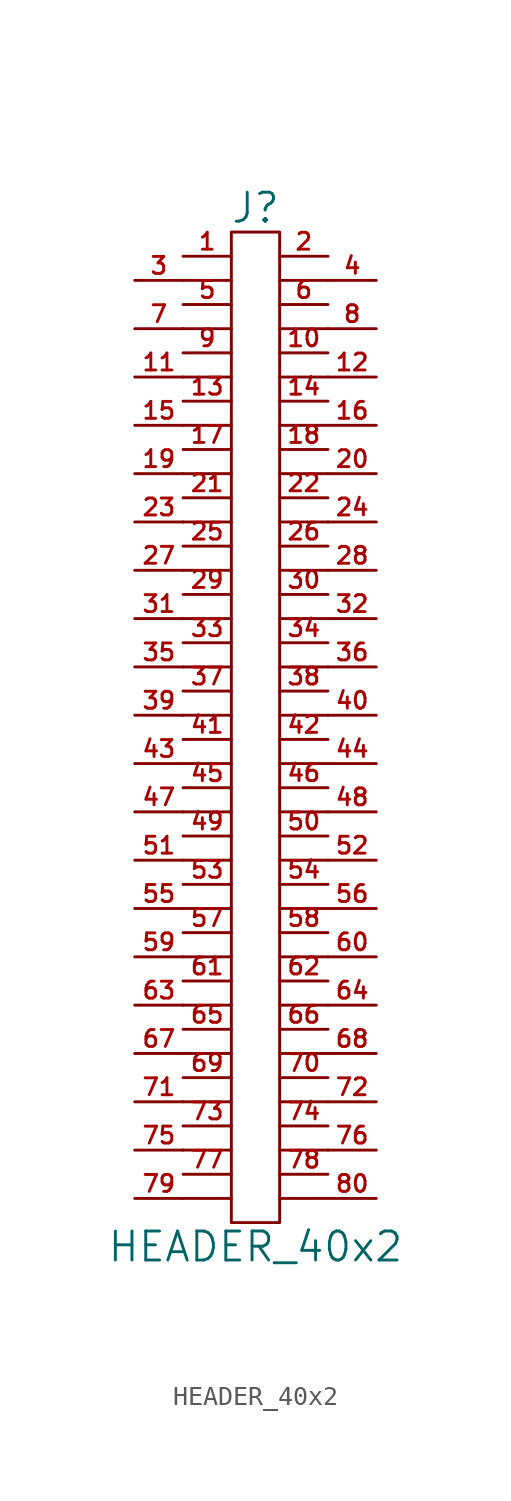
<source format=kicad_sym>
(kicad_symbol_lib
  (version 20211014)
  (generator kicad_symbol_editor)
  (symbol "HEADER_40x2"
    (pin_names
      (offset 0))
    (property "Reference" "J"
      (at 0 26.67 0)
      (effects (font (size 1.524 1.524))))
    (property "Value" "HEADER_40x2"
      (at 0 -27.94 0)
      (effects (font (size 1.524 1.524))))
    (property "Footprint" ""
      (at 0 0 0)
      (effects (font (size 1.524 1.524))))
    (property "Datasheet" ""
      (at 0 0 0)
      (effects (font (size 1.524 1.524))))
    (symbol "HEADER_40x2_0_1"
      (rectangle (start -1.27 25.4) (end 1.27 -26.67) (stroke (width 0) (type default) (color 0 0 0 0)) (fill (type none)))
      (polyline (pts (xy -3.81 -25.4) (xy -1.27 -25.4)) (stroke (width 0) (type default) (color 0 0 0 0)) (fill (type none)))
      (polyline (pts (xy -3.81 -22.86) (xy -1.27 -22.86)) (stroke (width 0) (type default) (color 0 0 0 0)) (fill (type none)))
      (polyline (pts (xy -3.81 -20.32) (xy -1.27 -20.32)) (stroke (width 0) (type default) (color 0 0 0 0)) (fill (type none)))
      (polyline (pts (xy -3.81 -17.78) (xy -1.27 -17.78)) (stroke (width 0) (type default) (color 0 0 0 0)) (fill (type none)))
      (polyline (pts (xy -3.81 -15.24) (xy -1.27 -15.24)) (stroke (width 0) (type default) (color 0 0 0 0)) (fill (type none)))
      (polyline (pts (xy -3.81 -12.7) (xy -1.27 -12.7)) (stroke (width 0) (type default) (color 0 0 0 0)) (fill (type none)))
      (polyline (pts (xy -3.81 -10.16) (xy -1.27 -10.16)) (stroke (width 0) (type default) (color 0 0 0 0)) (fill (type none)))
      (polyline (pts (xy -3.81 -7.62) (xy -1.27 -7.62)) (stroke (width 0) (type default) (color 0 0 0 0)) (fill (type none)))
      (polyline (pts (xy -3.81 -5.08) (xy -1.27 -5.08)) (stroke (width 0) (type default) (color 0 0 0 0)) (fill (type none)))
      (polyline (pts (xy -3.81 -2.54) (xy -1.27 -2.54)) (stroke (width 0) (type default) (color 0 0 0 0)) (fill (type none)))
      (polyline (pts (xy -3.81 0) (xy -1.27 0)) (stroke (width 0) (type default) (color 0 0 0 0)) (fill (type none)))
      (polyline (pts (xy -3.81 2.54) (xy -1.27 2.54)) (stroke (width 0) (type default) (color 0 0 0 0)) (fill (type none)))
      (polyline (pts (xy -3.81 5.08) (xy -1.27 5.08)) (stroke (width 0) (type default) (color 0 0 0 0)) (fill (type none)))
      (polyline (pts (xy -3.81 7.62) (xy -1.27 7.62)) (stroke (width 0) (type default) (color 0 0 0 0)) (fill (type none)))
      (polyline (pts (xy -3.81 10.16) (xy -1.27 10.16)) (stroke (width 0) (type default) (color 0 0 0 0)) (fill (type none)))
      (polyline (pts (xy -3.81 12.7) (xy -1.27 12.7)) (stroke (width 0) (type default) (color 0 0 0 0)) (fill (type none)))
      (polyline (pts (xy -3.81 15.24) (xy -1.27 15.24)) (stroke (width 0) (type default) (color 0 0 0 0)) (fill (type none)))
      (polyline (pts (xy -3.81 17.78) (xy -1.27 17.78)) (stroke (width 0) (type default) (color 0 0 0 0)) (fill (type none)))
      (polyline (pts (xy -3.81 20.32) (xy -1.27 20.32)) (stroke (width 0) (type default) (color 0 0 0 0)) (fill (type none)))
      (polyline (pts (xy -3.81 22.86) (xy -1.27 22.86)) (stroke (width 0) (type default) (color 0 0 0 0)) (fill (type none)))
      (polyline (pts (xy 1.27 -25.4) (xy 3.81 -25.4)) (stroke (width 0) (type default) (color 0 0 0 0)) (fill (type none)))
      (polyline (pts (xy 1.27 -22.86) (xy 3.81 -22.86)) (stroke (width 0) (type default) (color 0 0 0 0)) (fill (type none)))
      (polyline (pts (xy 1.27 -20.32) (xy 3.81 -20.32)) (stroke (width 0) (type default) (color 0 0 0 0)) (fill (type none)))
      (polyline (pts (xy 1.27 -17.78) (xy 3.81 -17.78)) (stroke (width 0) (type default) (color 0 0 0 0)) (fill (type none)))
      (polyline (pts (xy 1.27 -15.24) (xy 3.81 -15.24)) (stroke (width 0) (type default) (color 0 0 0 0)) (fill (type none)))
      (polyline (pts (xy 1.27 -12.7) (xy 3.81 -12.7)) (stroke (width 0) (type default) (color 0 0 0 0)) (fill (type none)))
      (polyline (pts (xy 1.27 -10.16) (xy 3.81 -10.16)) (stroke (width 0) (type default) (color 0 0 0 0)) (fill (type none)))
      (polyline (pts (xy 1.27 -7.62) (xy 3.81 -7.62)) (stroke (width 0) (type default) (color 0 0 0 0)) (fill (type none)))
      (polyline (pts (xy 1.27 -5.08) (xy 3.81 -5.08)) (stroke (width 0) (type default) (color 0 0 0 0)) (fill (type none)))
      (polyline (pts (xy 1.27 -2.54) (xy 3.81 -2.54)) (stroke (width 0) (type default) (color 0 0 0 0)) (fill (type none)))
      (polyline (pts (xy 1.27 0) (xy 3.81 0)) (stroke (width 0) (type default) (color 0 0 0 0)) (fill (type none)))
      (polyline (pts (xy 1.27 2.54) (xy 3.81 2.54)) (stroke (width 0) (type default) (color 0 0 0 0)) (fill (type none)))
      (polyline (pts (xy 1.27 5.08) (xy 3.81 5.08)) (stroke (width 0) (type default) (color 0 0 0 0)) (fill (type none)))
      (polyline (pts (xy 1.27 7.62) (xy 3.81 7.62)) (stroke (width 0) (type default) (color 0 0 0 0)) (fill (type none)))
      (polyline (pts (xy 1.27 10.16) (xy 3.81 10.16)) (stroke (width 0) (type default) (color 0 0 0 0)) (fill (type none)))
      (polyline (pts (xy 1.27 12.7) (xy 3.81 12.7)) (stroke (width 0) (type default) (color 0 0 0 0)) (fill (type none)))
      (polyline (pts (xy 1.27 15.24) (xy 3.81 15.24)) (stroke (width 0) (type default) (color 0 0 0 0)) (fill (type none)))
      (polyline (pts (xy 1.27 17.78) (xy 3.81 17.78)) (stroke (width 0) (type default) (color 0 0 0 0)) (fill (type none)))
      (polyline (pts (xy 1.27 20.32) (xy 3.81 20.32)) (stroke (width 0) (type default) (color 0 0 0 0)) (fill (type none)))
      (polyline (pts (xy 1.27 22.86) (xy 3.81 22.86)) (stroke (width 0) (type default) (color 0 0 0 0)) (fill (type none))))
    (symbol "HEADER_40x2_1_1"
      (pin passive line (at -3.81 24.13 0) (length 2.54) (name "~" (effects (font (size 1.27 1.27)))) (number "1" (effects (font (size 0.889 0.889)))))
      (pin passive line (at 3.81 19.05 180) (length 2.54) (name "~" (effects (font (size 1.27 1.27)))) (number "10" (effects (font (size 0.889 0.889)))))
      (pin passive line (at -6.35 17.78 0) (length 2.54) (name "~" (effects (font (size 1.27 1.27)))) (number "11" (effects (font (size 0.889 0.889)))))
      (pin passive line (at 6.35 17.78 180) (length 2.54) (name "~" (effects (font (size 1.27 1.27)))) (number "12" (effects (font (size 0.889 0.889)))))
      (pin passive line (at -3.81 16.51 0) (length 2.54) (name "~" (effects (font (size 1.27 1.27)))) (number "13" (effects (font (size 0.889 0.889)))))
      (pin passive line (at 3.81 16.51 180) (length 2.54) (name "~" (effects (font (size 1.27 1.27)))) (number "14" (effects (font (size 0.889 0.889)))))
      (pin passive line (at -6.35 15.24 0) (length 2.54) (name "~" (effects (font (size 1.27 1.27)))) (number "15" (effects (font (size 0.889 0.889)))))
      (pin passive line (at 6.35 15.24 180) (length 2.54) (name "~" (effects (font (size 1.27 1.27)))) (number "16" (effects (font (size 0.889 0.889)))))
      (pin passive line (at -3.81 13.97 0) (length 2.54) (name "~" (effects (font (size 1.27 1.27)))) (number "17" (effects (font (size 0.889 0.889)))))
      (pin passive line (at 3.81 13.97 180) (length 2.54) (name "~" (effects (font (size 1.27 1.27)))) (number "18" (effects (font (size 0.889 0.889)))))
      (pin passive line (at -6.35 12.7 0) (length 2.54) (name "~" (effects (font (size 1.27 1.27)))) (number "19" (effects (font (size 0.889 0.889)))))
      (pin passive line (at 3.81 24.13 180) (length 2.54) (name "~" (effects (font (size 1.27 1.27)))) (number "2" (effects (font (size 0.889 0.889)))))
      (pin passive line (at 6.35 12.7 180) (length 2.54) (name "~" (effects (font (size 1.27 1.27)))) (number "20" (effects (font (size 0.889 0.889)))))
      (pin passive line (at -3.81 11.43 0) (length 2.54) (name "~" (effects (font (size 1.27 1.27)))) (number "21" (effects (font (size 0.889 0.889)))))
      (pin passive line (at 3.81 11.43 180) (length 2.54) (name "~" (effects (font (size 1.27 1.27)))) (number "22" (effects (font (size 0.889 0.889)))))
      (pin passive line (at -6.35 10.16 0) (length 2.54) (name "~" (effects (font (size 1.27 1.27)))) (number "23" (effects (font (size 0.889 0.889)))))
      (pin passive line (at 6.35 10.16 180) (length 2.54) (name "~" (effects (font (size 1.27 1.27)))) (number "24" (effects (font (size 0.889 0.889)))))
      (pin passive line (at -3.81 8.89 0) (length 2.54) (name "~" (effects (font (size 1.27 1.27)))) (number "25" (effects (font (size 0.889 0.889)))))
      (pin passive line (at 3.81 8.89 180) (length 2.54) (name "~" (effects (font (size 1.27 1.27)))) (number "26" (effects (font (size 0.889 0.889)))))
      (pin passive line (at -6.35 7.62 0) (length 2.54) (name "~" (effects (font (size 1.27 1.27)))) (number "27" (effects (font (size 0.889 0.889)))))
      (pin passive line (at 6.35 7.62 180) (length 2.54) (name "~" (effects (font (size 1.27 1.27)))) (number "28" (effects (font (size 0.889 0.889)))))
      (pin passive line (at -3.81 6.35 0) (length 2.54) (name "~" (effects (font (size 1.27 1.27)))) (number "29" (effects (font (size 0.889 0.889)))))
      (pin passive line (at -6.35 22.86 0) (length 2.54) (name "~" (effects (font (size 1.27 1.27)))) (number "3" (effects (font (size 0.889 0.889)))))
      (pin passive line (at 3.81 6.35 180) (length 2.54) (name "~" (effects (font (size 1.27 1.27)))) (number "30" (effects (font (size 0.889 0.889)))))
      (pin passive line (at -6.35 5.08 0) (length 2.54) (name "~" (effects (font (size 1.27 1.27)))) (number "31" (effects (font (size 0.889 0.889)))))
      (pin passive line (at 6.35 5.08 180) (length 2.54) (name "~" (effects (font (size 1.27 1.27)))) (number "32" (effects (font (size 0.889 0.889)))))
      (pin passive line (at -3.81 3.81 0) (length 2.54) (name "~" (effects (font (size 1.27 1.27)))) (number "33" (effects (font (size 0.889 0.889)))))
      (pin passive line (at 3.81 3.81 180) (length 2.54) (name "~" (effects (font (size 1.27 1.27)))) (number "34" (effects (font (size 0.889 0.889)))))
      (pin passive line (at -6.35 2.54 0) (length 2.54) (name "~" (effects (font (size 1.27 1.27)))) (number "35" (effects (font (size 0.889 0.889)))))
      (pin passive line (at 6.35 2.54 180) (length 2.54) (name "~" (effects (font (size 1.27 1.27)))) (number "36" (effects (font (size 0.889 0.889)))))
      (pin passive line (at -3.81 1.27 0) (length 2.54) (name "~" (effects (font (size 0.889 0.889)))) (number "37" (effects (font (size 0.889 0.889)))))
      (pin passive line (at 3.81 1.27 180) (length 2.54) (name "~" (effects (font (size 1.27 1.27)))) (number "38" (effects (font (size 0.889 0.889)))))
      (pin passive line (at -6.35 0 0) (length 2.54) (name "~" (effects (font (size 1.27 1.27)))) (number "39" (effects (font (size 0.889 0.889)))))
      (pin passive line (at 6.35 22.86 180) (length 2.54) (name "~" (effects (font (size 1.27 1.27)))) (number "4" (effects (font (size 0.889 0.889)))))
      (pin passive line (at 6.35 0 180) (length 2.54) (name "~" (effects (font (size 1.27 1.27)))) (number "40" (effects (font (size 0.889 0.889)))))
      (pin passive line (at -3.81 -1.27 0) (length 2.54) (name "~" (effects (font (size 1.27 1.27)))) (number "41" (effects (font (size 0.889 0.889)))))
      (pin passive line (at 3.81 -1.27 180) (length 2.54) (name "~" (effects (font (size 1.27 1.27)))) (number "42" (effects (font (size 0.889 0.889)))))
      (pin passive line (at -6.35 -2.54 0) (length 2.54) (name "~" (effects (font (size 1.27 1.27)))) (number "43" (effects (font (size 0.889 0.889)))))
      (pin passive line (at 6.35 -2.54 180) (length 2.54) (name "~" (effects (font (size 1.27 1.27)))) (number "44" (effects (font (size 0.889 0.889)))))
      (pin passive line (at -3.81 -3.81 0) (length 2.54) (name "~" (effects (font (size 1.27 1.27)))) (number "45" (effects (font (size 0.889 0.889)))))
      (pin passive line (at 3.81 -3.81 180) (length 2.54) (name "~" (effects (font (size 1.27 1.27)))) (number "46" (effects (font (size 0.889 0.889)))))
      (pin passive line (at -6.35 -5.08 0) (length 2.54) (name "~" (effects (font (size 1.27 1.27)))) (number "47" (effects (font (size 0.889 0.889)))))
      (pin passive line (at 6.35 -5.08 180) (length 2.54) (name "~" (effects (font (size 1.27 1.27)))) (number "48" (effects (font (size 0.889 0.889)))))
      (pin passive line (at -3.81 -6.35 0) (length 2.54) (name "~" (effects (font (size 1.27 1.27)))) (number "49" (effects (font (size 0.889 0.889)))))
      (pin passive line (at -3.81 21.59 0) (length 2.54) (name "~" (effects (font (size 1.27 1.27)))) (number "5" (effects (font (size 0.889 0.889)))))
      (pin passive line (at 3.81 -6.35 180) (length 2.54) (name "~" (effects (font (size 1.27 1.27)))) (number "50" (effects (font (size 0.889 0.889)))))
      (pin passive line (at -6.35 -7.62 0) (length 2.54) (name "~" (effects (font (size 1.27 1.27)))) (number "51" (effects (font (size 0.889 0.889)))))
      (pin passive line (at 6.35 -7.62 180) (length 2.54) (name "~" (effects (font (size 1.27 1.27)))) (number "52" (effects (font (size 0.889 0.889)))))
      (pin passive line (at -3.81 -8.89 0) (length 2.54) (name "~" (effects (font (size 1.27 1.27)))) (number "53" (effects (font (size 0.889 0.889)))))
      (pin passive line (at 3.81 -8.89 180) (length 2.54) (name "~" (effects (font (size 1.27 1.27)))) (number "54" (effects (font (size 0.889 0.889)))))
      (pin passive line (at -6.35 -10.16 0) (length 2.54) (name "~" (effects (font (size 1.27 1.27)))) (number "55" (effects (font (size 0.889 0.889)))))
      (pin passive line (at 6.35 -10.16 180) (length 2.54) (name "~" (effects (font (size 1.27 1.27)))) (number "56" (effects (font (size 0.889 0.889)))))
      (pin passive line (at -3.81 -11.43 0) (length 2.54) (name "~" (effects (font (size 1.27 1.27)))) (number "57" (effects (font (size 0.889 0.889)))))
      (pin passive line (at 3.81 -11.43 180) (length 2.54) (name "~" (effects (font (size 1.27 1.27)))) (number "58" (effects (font (size 0.889 0.889)))))
      (pin passive line (at -6.35 -12.7 0) (length 2.54) (name "~" (effects (font (size 1.27 1.27)))) (number "59" (effects (font (size 0.889 0.889)))))
      (pin passive line (at 3.81 21.59 180) (length 2.54) (name "~" (effects (font (size 1.27 1.27)))) (number "6" (effects (font (size 0.889 0.889)))))
      (pin passive line (at 6.35 -12.7 180) (length 2.54) (name "~" (effects (font (size 1.27 1.27)))) (number "60" (effects (font (size 0.889 0.889)))))
      (pin passive line (at -3.81 -13.97 0) (length 2.54) (name "~" (effects (font (size 1.27 1.27)))) (number "61" (effects (font (size 0.889 0.889)))))
      (pin passive line (at 3.81 -13.97 180) (length 2.54) (name "~" (effects (font (size 1.27 1.27)))) (number "62" (effects (font (size 0.889 0.889)))))
      (pin passive line (at -6.35 -15.24 0) (length 2.54) (name "~" (effects (font (size 1.27 1.27)))) (number "63" (effects (font (size 0.889 0.889)))))
      (pin passive line (at 6.35 -15.24 180) (length 2.54) (name "~" (effects (font (size 1.27 1.27)))) (number "64" (effects (font (size 0.889 0.889)))))
      (pin passive line (at -3.81 -16.51 0) (length 2.54) (name "~" (effects (font (size 1.27 1.27)))) (number "65" (effects (font (size 0.889 0.889)))))
      (pin passive line (at 3.81 -16.51 180) (length 2.54) (name "~" (effects (font (size 1.27 1.27)))) (number "66" (effects (font (size 0.889 0.889)))))
      (pin passive line (at -6.35 -17.78 0) (length 2.54) (name "~" (effects (font (size 1.27 1.27)))) (number "67" (effects (font (size 0.889 0.889)))))
      (pin passive line (at 6.35 -17.78 180) (length 2.54) (name "~" (effects (font (size 1.27 1.27)))) (number "68" (effects (font (size 0.889 0.889)))))
      (pin passive line (at -3.81 -19.05 0) (length 2.54) (name "~" (effects (font (size 1.27 1.27)))) (number "69" (effects (font (size 0.889 0.889)))))
      (pin passive line (at -6.35 20.32 0) (length 2.54) (name "~" (effects (font (size 1.27 1.27)))) (number "7" (effects (font (size 0.889 0.889)))))
      (pin passive line (at 3.81 -19.05 180) (length 2.54) (name "~" (effects (font (size 1.27 1.27)))) (number "70" (effects (font (size 0.889 0.889)))))
      (pin passive line (at -6.35 -20.32 0) (length 2.54) (name "~" (effects (font (size 1.27 1.27)))) (number "71" (effects (font (size 0.889 0.889)))))
      (pin passive line (at 6.35 -20.32 180) (length 2.54) (name "~" (effects (font (size 1.27 1.27)))) (number "72" (effects (font (size 0.889 0.889)))))
      (pin passive line (at -3.81 -21.59 0) (length 2.54) (name "~" (effects (font (size 1.27 1.27)))) (number "73" (effects (font (size 0.889 0.889)))))
      (pin passive line (at 3.81 -21.59 180) (length 2.54) (name "~" (effects (font (size 1.27 1.27)))) (number "74" (effects (font (size 0.889 0.889)))))
      (pin passive line (at -6.35 -22.86 0) (length 2.54) (name "~" (effects (font (size 1.27 1.27)))) (number "75" (effects (font (size 0.889 0.889)))))
      (pin passive line (at 6.35 -22.86 180) (length 2.54) (name "~" (effects (font (size 1.27 1.27)))) (number "76" (effects (font (size 0.889 0.889)))))
      (pin passive line (at -3.81 -24.13 0) (length 2.54) (name "~" (effects (font (size 1.27 1.27)))) (number "77" (effects (font (size 0.889 0.889)))))
      (pin passive line (at 3.81 -24.13 180) (length 2.54) (name "~" (effects (font (size 1.27 1.27)))) (number "78" (effects (font (size 0.889 0.889)))))
      (pin passive line (at -6.35 -25.4 0) (length 2.54) (name "~" (effects (font (size 1.27 1.27)))) (number "79" (effects (font (size 0.889 0.889)))))
      (pin passive line (at 6.35 20.32 180) (length 2.54) (name "~" (effects (font (size 1.27 1.27)))) (number "8" (effects (font (size 0.889 0.889)))))
      (pin passive line (at 6.35 -25.4 180) (length 2.54) (name "~" (effects (font (size 1.27 1.27)))) (number "80" (effects (font (size 0.889 0.889)))))
      (pin passive line (at -3.81 19.05 0) (length 2.54) (name "~" (effects (font (size 1.27 1.27)))) (number "9" (effects (font (size 0.889 0.889))))))))
</source>
